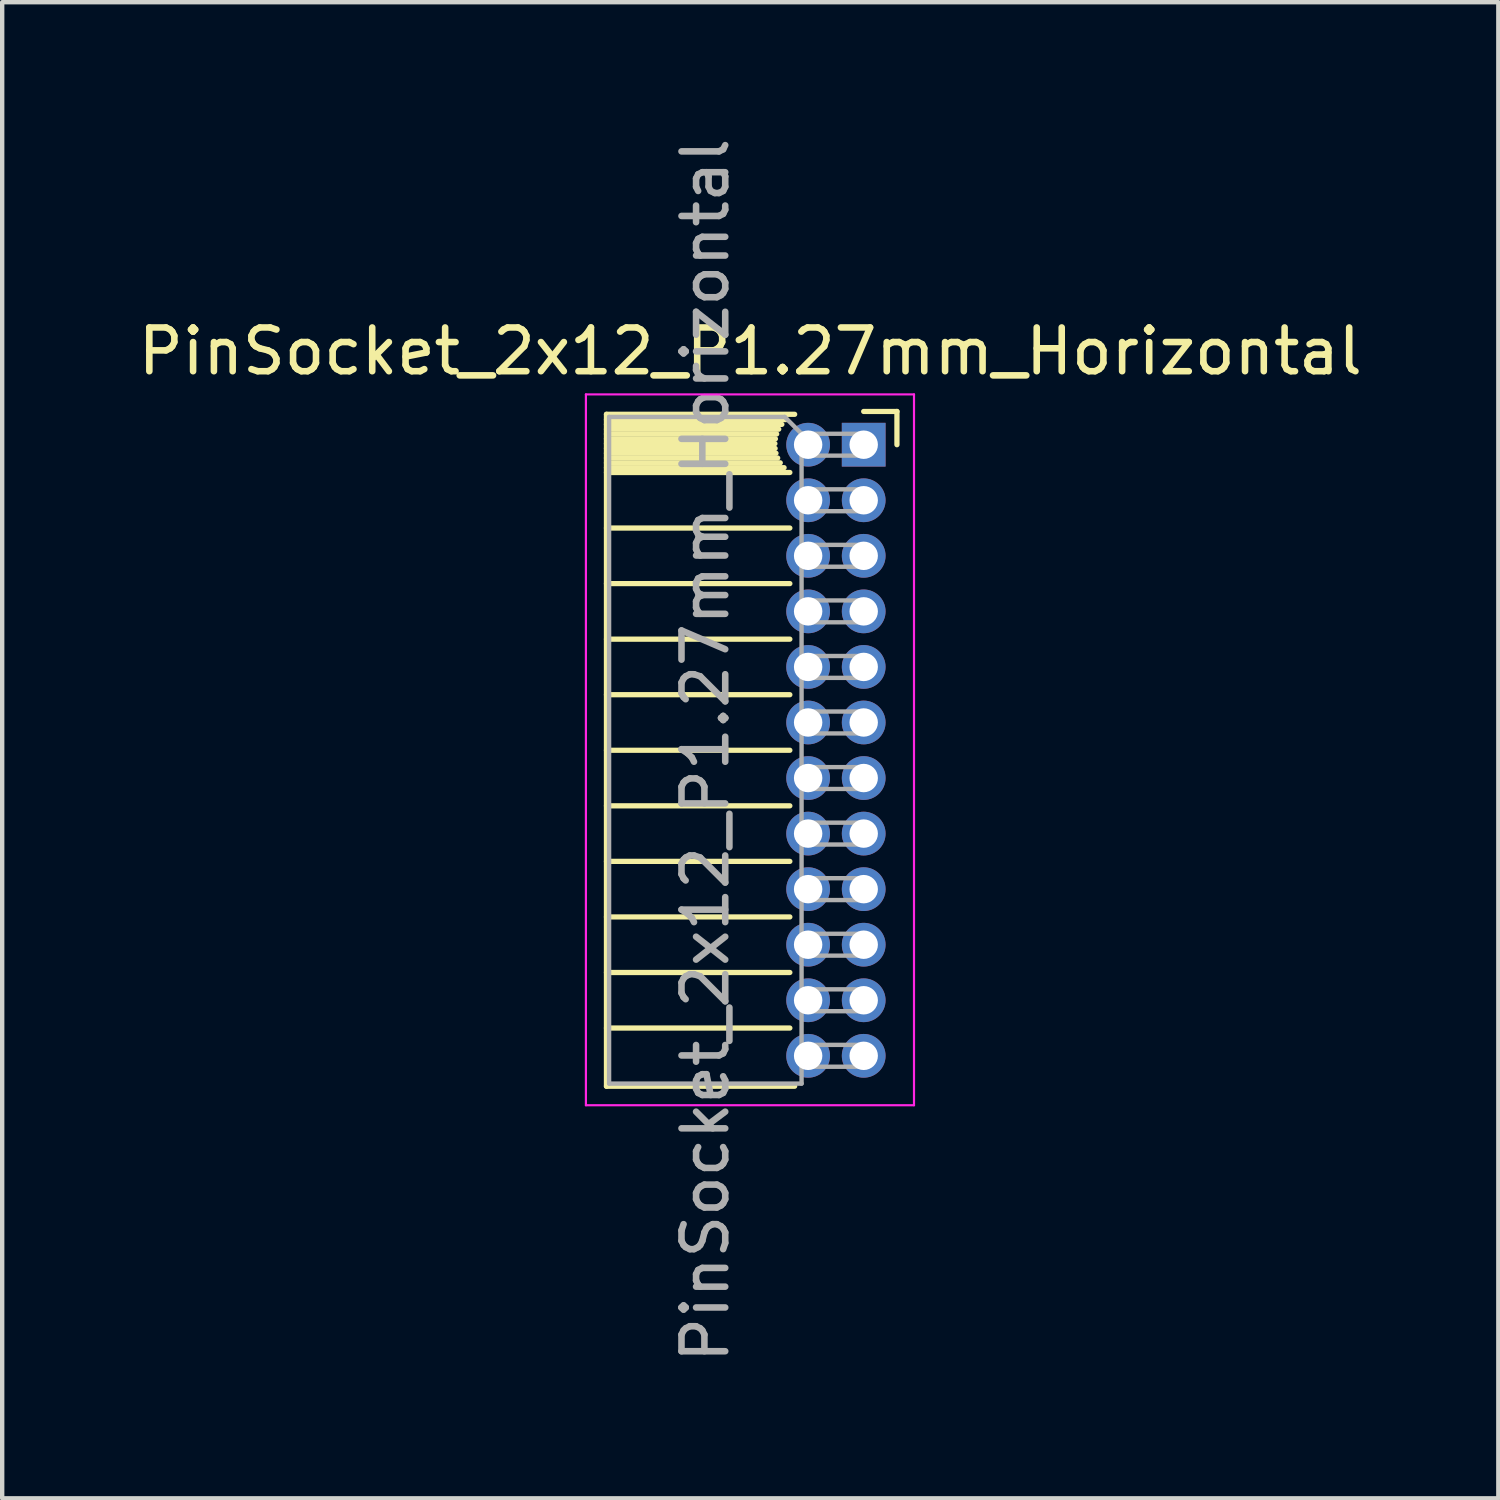
<source format=kicad_pcb>
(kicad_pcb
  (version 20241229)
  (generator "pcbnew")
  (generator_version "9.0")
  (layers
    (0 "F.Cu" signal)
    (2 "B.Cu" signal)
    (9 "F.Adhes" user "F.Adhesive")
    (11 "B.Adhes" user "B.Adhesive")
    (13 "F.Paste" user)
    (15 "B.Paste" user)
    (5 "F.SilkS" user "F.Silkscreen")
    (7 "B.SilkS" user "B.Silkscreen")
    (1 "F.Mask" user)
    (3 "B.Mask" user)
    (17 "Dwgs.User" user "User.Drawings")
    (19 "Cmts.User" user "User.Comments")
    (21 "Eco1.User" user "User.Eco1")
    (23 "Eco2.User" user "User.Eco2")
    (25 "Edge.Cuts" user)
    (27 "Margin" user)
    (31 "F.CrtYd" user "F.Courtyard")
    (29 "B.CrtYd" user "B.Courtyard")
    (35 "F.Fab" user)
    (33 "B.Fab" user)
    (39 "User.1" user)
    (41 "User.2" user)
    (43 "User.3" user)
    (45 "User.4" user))
  (footprint "PinSocket_2x12_P1.27mm_Horizontal"
    (layer "F.Cu")
    (at 16.694 7.116)
    (property "Reference" "PinSocket_2x12_P1.27mm_Horizontal" (at -2.592 -2.135 0) (layer "F.SilkS") (effects (font (size 1 1) (thickness 0.15))))
    (attr through_hole)
    (fp_line (start -5.88 -0.695) (end -5.88 14.665) (stroke (width 0.12) (type solid)) (layer "F.SilkS"))
    (fp_line (start -5.88 -0.695) (end -1.578 -0.695) (stroke (width 0.12) (type solid)) (layer "F.SilkS"))
    (fp_line (start -5.88 -0.575) (end -1.767 -0.575) (stroke (width 0.12) (type solid)) (layer "F.SilkS"))
    (fp_line (start -5.88 -0.465) (end -1.871 -0.465) (stroke (width 0.12) (type solid)) (layer "F.SilkS"))
    (fp_line (start -5.88 -0.355) (end -1.942 -0.355) (stroke (width 0.12) (type solid)) (layer "F.SilkS"))
    (fp_line (start -5.88 -0.245) (end -1.989 -0.245) (stroke (width 0.12) (type solid)) (layer "F.SilkS"))
    (fp_line (start -5.88 -0.135) (end -2.018 -0.135) (stroke (width 0.12) (type solid)) (layer "F.SilkS"))
    (fp_line (start -5.88 -0.025) (end -2.03 -0.025) (stroke (width 0.12) (type solid)) (layer "F.SilkS"))
    (fp_line (start -5.88 0.085) (end -2.025 0.085) (stroke (width 0.12) (type solid)) (layer "F.SilkS"))
    (fp_line (start -5.88 0.195) (end -2.005 0.195) (stroke (width 0.12) (type solid)) (layer "F.SilkS"))
    (fp_line (start -5.88 0.305) (end -1.966 0.305) (stroke (width 0.12) (type solid)) (layer "F.SilkS"))
    (fp_line (start -5.88 0.415) (end -1.907 0.415) (stroke (width 0.12) (type solid)) (layer "F.SilkS"))
    (fp_line (start -5.88 0.525) (end -1.82 0.525) (stroke (width 0.12) (type solid)) (layer "F.SilkS"))
    (fp_line (start -5.88 0.635) (end -1.688 0.635) (stroke (width 0.12) (type solid)) (layer "F.SilkS"))
    (fp_line (start -5.88 1.905) (end -1.688 1.905) (stroke (width 0.12) (type solid)) (layer "F.SilkS"))
    (fp_line (start -5.88 3.175) (end -1.688 3.175) (stroke (width 0.12) (type solid)) (layer "F.SilkS"))
    (fp_line (start -5.88 4.445) (end -1.688 4.445) (stroke (width 0.12) (type solid)) (layer "F.SilkS"))
    (fp_line (start -5.88 5.715) (end -1.688 5.715) (stroke (width 0.12) (type solid)) (layer "F.SilkS"))
    (fp_line (start -5.88 6.985) (end -1.688 6.985) (stroke (width 0.12) (type solid)) (layer "F.SilkS"))
    (fp_line (start -5.88 8.255) (end -1.688 8.255) (stroke (width 0.12) (type solid)) (layer "F.SilkS"))
    (fp_line (start -5.88 9.525) (end -1.688 9.525) (stroke (width 0.12) (type solid)) (layer "F.SilkS"))
    (fp_line (start -5.88 10.795) (end -1.688 10.795) (stroke (width 0.12) (type solid)) (layer "F.SilkS"))
    (fp_line (start -5.88 12.065) (end -1.688 12.065) (stroke (width 0.12) (type solid)) (layer "F.SilkS"))
    (fp_line (start -5.88 13.335) (end -1.688 13.335) (stroke (width 0.12) (type solid)) (layer "F.SilkS"))
    (fp_line (start -5.88 14.665) (end -1.578 14.665) (stroke (width 0.12) (type solid)) (layer "F.SilkS"))
    (fp_line (start 0 -0.76) (end 0.76 -0.76) (stroke (width 0.12) (type solid)) (layer "F.SilkS"))
    (fp_line (start 0.76 -0.76) (end 0.76 0) (stroke (width 0.12) (type solid)) (layer "F.SilkS"))
    (fp_line (start -6.35 -1.15) (end -6.35 15.1) (stroke (width 0.05) (type solid)) (layer "F.CrtYd"))
    (fp_line (start -6.35 15.1) (end 1.15 15.1) (stroke (width 0.05) (type solid)) (layer "F.CrtYd"))
    (fp_line (start 1.15 -1.15) (end -6.35 -1.15) (stroke (width 0.05) (type solid)) (layer "F.CrtYd"))
    (fp_line (start 1.15 15.1) (end 1.15 -1.15) (stroke (width 0.05) (type solid)) (layer "F.CrtYd"))
    (fp_line (start -5.82 -0.635) (end -1.805 -0.635) (stroke (width 0.1) (type solid)) (layer "F.Fab"))
    (fp_line (start -5.82 14.605) (end -5.82 -0.635) (stroke (width 0.1) (type solid)) (layer "F.Fab"))
    (fp_line (start -1.805 -0.635) (end -1.42 -0.25) (stroke (width 0.1) (type solid)) (layer "F.Fab"))
    (fp_line (start -1.42 -0.25) (end -1.42 14.605) (stroke (width 0.1) (type solid)) (layer "F.Fab"))
    (fp_line (start -1.42 0.25) (end 0 0.25) (stroke (width 0.1) (type solid)) (layer "F.Fab"))
    (fp_line (start -1.42 1.52) (end 0 1.52) (stroke (width 0.1) (type solid)) (layer "F.Fab"))
    (fp_line (start -1.42 2.79) (end 0 2.79) (stroke (width 0.1) (type solid)) (layer "F.Fab"))
    (fp_line (start -1.42 4.06) (end 0 4.06) (stroke (width 0.1) (type solid)) (layer "F.Fab"))
    (fp_line (start -1.42 5.33) (end 0 5.33) (stroke (width 0.1) (type solid)) (layer "F.Fab"))
    (fp_line (start -1.42 6.6) (end 0 6.6) (stroke (width 0.1) (type solid)) (layer "F.Fab"))
    (fp_line (start -1.42 7.87) (end 0 7.87) (stroke (width 0.1) (type solid)) (layer "F.Fab"))
    (fp_line (start -1.42 9.14) (end 0 9.14) (stroke (width 0.1) (type solid)) (layer "F.Fab"))
    (fp_line (start -1.42 10.41) (end 0 10.41) (stroke (width 0.1) (type solid)) (layer "F.Fab"))
    (fp_line (start -1.42 11.68) (end 0 11.68) (stroke (width 0.1) (type solid)) (layer "F.Fab"))
    (fp_line (start -1.42 12.95) (end 0 12.95) (stroke (width 0.1) (type solid)) (layer "F.Fab"))
    (fp_line (start -1.42 14.22) (end 0 14.22) (stroke (width 0.1) (type solid)) (layer "F.Fab"))
    (fp_line (start -1.42 14.605) (end -5.82 14.605) (stroke (width 0.1) (type solid)) (layer "F.Fab"))
    (fp_line (start 0 -0.25) (end -1.42 -0.25) (stroke (width 0.1) (type solid)) (layer "F.Fab"))
    (fp_line (start 0 0.25) (end 0 -0.25) (stroke (width 0.1) (type solid)) (layer "F.Fab"))
    (fp_line (start 0 1.02) (end -1.42 1.02) (stroke (width 0.1) (type solid)) (layer "F.Fab"))
    (fp_line (start 0 1.52) (end 0 1.02) (stroke (width 0.1) (type solid)) (layer "F.Fab"))
    (fp_line (start 0 2.29) (end -1.42 2.29) (stroke (width 0.1) (type solid)) (layer "F.Fab"))
    (fp_line (start 0 2.79) (end 0 2.29) (stroke (width 0.1) (type solid)) (layer "F.Fab"))
    (fp_line (start 0 3.56) (end -1.42 3.56) (stroke (width 0.1) (type solid)) (layer "F.Fab"))
    (fp_line (start 0 4.06) (end 0 3.56) (stroke (width 0.1) (type solid)) (layer "F.Fab"))
    (fp_line (start 0 4.83) (end -1.42 4.83) (stroke (width 0.1) (type solid)) (layer "F.Fab"))
    (fp_line (start 0 5.33) (end 0 4.83) (stroke (width 0.1) (type solid)) (layer "F.Fab"))
    (fp_line (start 0 6.1) (end -1.42 6.1) (stroke (width 0.1) (type solid)) (layer "F.Fab"))
    (fp_line (start 0 6.6) (end 0 6.1) (stroke (width 0.1) (type solid)) (layer "F.Fab"))
    (fp_line (start 0 7.37) (end -1.42 7.37) (stroke (width 0.1) (type solid)) (layer "F.Fab"))
    (fp_line (start 0 7.87) (end 0 7.37) (stroke (width 0.1) (type solid)) (layer "F.Fab"))
    (fp_line (start 0 8.64) (end -1.42 8.64) (stroke (width 0.1) (type solid)) (layer "F.Fab"))
    (fp_line (start 0 9.14) (end 0 8.64) (stroke (width 0.1) (type solid)) (layer "F.Fab"))
    (fp_line (start 0 9.91) (end -1.42 9.91) (stroke (width 0.1) (type solid)) (layer "F.Fab"))
    (fp_line (start 0 10.41) (end 0 9.91) (stroke (width 0.1) (type solid)) (layer "F.Fab"))
    (fp_line (start 0 11.18) (end -1.42 11.18) (stroke (width 0.1) (type solid)) (layer "F.Fab"))
    (fp_line (start 0 11.68) (end 0 11.18) (stroke (width 0.1) (type solid)) (layer "F.Fab"))
    (fp_line (start 0 12.45) (end -1.42 12.45) (stroke (width 0.1) (type solid)) (layer "F.Fab"))
    (fp_line (start 0 12.95) (end 0 12.45) (stroke (width 0.1) (type solid)) (layer "F.Fab"))
    (fp_line (start 0 13.72) (end -1.42 13.72) (stroke (width 0.1) (type solid)) (layer "F.Fab"))
    (fp_line (start 0 14.22) (end 0 13.72) (stroke (width 0.1) (type solid)) (layer "F.Fab"))
    (fp_text user "${REFERENCE}" (at -3.62 6.985 90) (layer "F.Fab") (effects (font (size 1 1) (thickness 0.15))))
    (pad "1" thru_hole rect (at 0 0) (size 1 1) (drill 0.65) (layers "*.Cu" "*.Mask"))
    (pad "2" thru_hole oval (at -1.27 0) (size 1 1) (drill 0.65) (layers "*.Cu" "*.Mask"))
    (pad "3" thru_hole oval (at 0 1.27) (size 1 1) (drill 0.65) (layers "*.Cu" "*.Mask"))
    (pad "4" thru_hole oval (at -1.27 1.27) (size 1 1) (drill 0.65) (layers "*.Cu" "*.Mask"))
    (pad "5" thru_hole oval (at 0 2.54) (size 1 1) (drill 0.65) (layers "*.Cu" "*.Mask"))
    (pad "6" thru_hole oval (at -1.27 2.54) (size 1 1) (drill 0.65) (layers "*.Cu" "*.Mask"))
    (pad "7" thru_hole oval (at 0 3.81) (size 1 1) (drill 0.65) (layers "*.Cu" "*.Mask"))
    (pad "8" thru_hole oval (at -1.27 3.81) (size 1 1) (drill 0.65) (layers "*.Cu" "*.Mask"))
    (pad "9" thru_hole oval (at 0 5.08) (size 1 1) (drill 0.65) (layers "*.Cu" "*.Mask"))
    (pad "10" thru_hole oval (at -1.27 5.08) (size 1 1) (drill 0.65) (layers "*.Cu" "*.Mask"))
    (pad "11" thru_hole oval (at 0 6.35) (size 1 1) (drill 0.65) (layers "*.Cu" "*.Mask"))
    (pad "12" thru_hole oval (at -1.27 6.35) (size 1 1) (drill 0.65) (layers "*.Cu" "*.Mask"))
    (pad "13" thru_hole oval (at 0 7.62) (size 1 1) (drill 0.65) (layers "*.Cu" "*.Mask"))
    (pad "14" thru_hole oval (at -1.27 7.62) (size 1 1) (drill 0.65) (layers "*.Cu" "*.Mask"))
    (pad "15" thru_hole oval (at 0 8.89) (size 1 1) (drill 0.65) (layers "*.Cu" "*.Mask"))
    (pad "16" thru_hole oval (at -1.27 8.89) (size 1 1) (drill 0.65) (layers "*.Cu" "*.Mask"))
    (pad "17" thru_hole oval (at 0 10.16) (size 1 1) (drill 0.65) (layers "*.Cu" "*.Mask"))
    (pad "18" thru_hole oval (at -1.27 10.16) (size 1 1) (drill 0.65) (layers "*.Cu" "*.Mask"))
    (pad "19" thru_hole oval (at 0 11.43) (size 1 1) (drill 0.65) (layers "*.Cu" "*.Mask"))
    (pad "20" thru_hole oval (at -1.27 11.43) (size 1 1) (drill 0.65) (layers "*.Cu" "*.Mask"))
    (pad "21" thru_hole oval (at 0 12.7) (size 1 1) (drill 0.65) (layers "*.Cu" "*.Mask"))
    (pad "22" thru_hole oval (at -1.27 12.7) (size 1 1) (drill 0.65) (layers "*.Cu" "*.Mask"))
    (pad "23" thru_hole oval (at 0 13.97) (size 1 1) (drill 0.65) (layers "*.Cu" "*.Mask"))
    (pad "24" thru_hole oval (at -1.27 13.97) (size 1 1) (drill 0.65) (layers "*.Cu" "*.Mask")))
  (gr_rect
    (start -3 -3)
    (end 31.202 31.202)
    (stroke (width 0.1) (type default))
    (fill no)
    (layer "Edge.Cuts")))
</source>
